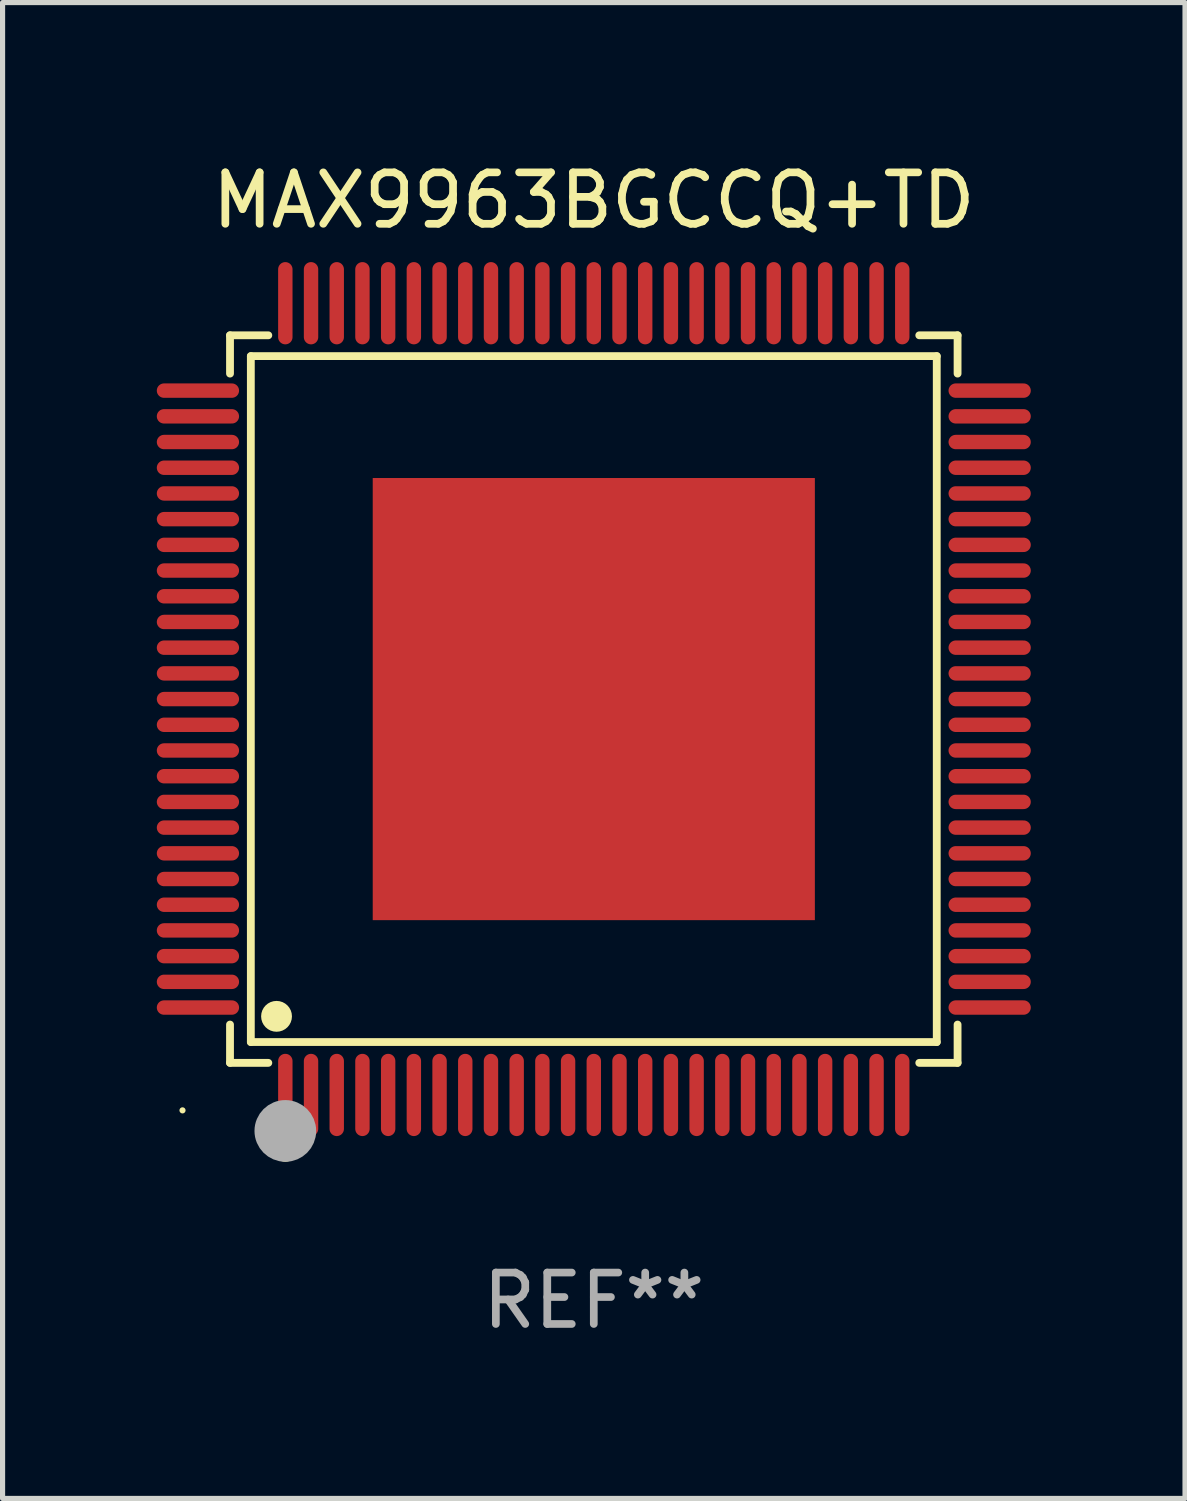
<source format=kicad_pcb>
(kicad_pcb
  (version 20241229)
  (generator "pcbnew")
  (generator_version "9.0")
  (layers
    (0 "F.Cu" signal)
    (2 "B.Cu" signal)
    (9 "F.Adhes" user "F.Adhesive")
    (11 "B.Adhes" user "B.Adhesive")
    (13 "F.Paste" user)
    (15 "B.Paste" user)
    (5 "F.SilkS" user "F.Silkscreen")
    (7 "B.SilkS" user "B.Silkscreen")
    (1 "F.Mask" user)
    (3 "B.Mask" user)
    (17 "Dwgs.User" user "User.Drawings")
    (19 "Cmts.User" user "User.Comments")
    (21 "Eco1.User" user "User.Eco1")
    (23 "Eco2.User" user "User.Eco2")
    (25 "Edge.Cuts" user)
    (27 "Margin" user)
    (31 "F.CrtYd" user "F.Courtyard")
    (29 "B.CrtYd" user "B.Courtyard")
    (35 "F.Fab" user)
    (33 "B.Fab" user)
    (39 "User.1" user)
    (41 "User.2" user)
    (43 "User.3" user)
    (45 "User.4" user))
  (footprint "MAX9963BGCCQ+TD"
    (layer "F.Cu")
    (at 8.5 10.548)
    (property "Reference" "MAX9963BGCCQ+TD" (at 0 -9.7 0) (layer "F.SilkS") (effects (font (size 1 1) (thickness 0.15))))
    (attr through_hole)
    (fp_line (start -7.076 -7.076) (end -6.331 -7.076) (stroke (width 0.152) (type solid)) (layer "F.SilkS"))
    (fp_line (start -7.076 -6.331) (end -7.076 -7.076) (stroke (width 0.152) (type solid)) (layer "F.SilkS"))
    (fp_line (start -7.076 6.331) (end -7.076 7.076) (stroke (width 0.152) (type solid)) (layer "F.SilkS"))
    (fp_line (start -7.076 7.076) (end -6.331 7.076) (stroke (width 0.152) (type solid)) (layer "F.SilkS"))
    (fp_line (start -6.671 -6.671) (end 6.671 -6.671) (stroke (width 0.152) (type solid)) (layer "F.SilkS"))
    (fp_line (start -6.671 6.671) (end -6.671 -6.671) (stroke (width 0.152) (type solid)) (layer "F.SilkS"))
    (fp_line (start 6.671 -6.671) (end 6.671 6.671) (stroke (width 0.152) (type solid)) (layer "F.SilkS"))
    (fp_line (start 6.671 6.671) (end -6.671 6.671) (stroke (width 0.152) (type solid)) (layer "F.SilkS"))
    (fp_line (start 7.076 -7.076) (end 6.331 -7.076) (stroke (width 0.152) (type solid)) (layer "F.SilkS"))
    (fp_line (start 7.076 -6.331) (end 7.076 -7.076) (stroke (width 0.152) (type solid)) (layer "F.SilkS"))
    (fp_line (start 7.076 6.331) (end 7.076 7.076) (stroke (width 0.152) (type solid)) (layer "F.SilkS"))
    (fp_line (start 7.076 7.076) (end 6.331 7.076) (stroke (width 0.152) (type solid)) (layer "F.SilkS"))
    (fp_circle (center -8 8) (end -7.97 8) (stroke (width 0.06) (type solid)) (fill no) (layer "F.SilkS"))
    (fp_circle (center -6.171 6.171) (end -6.021 6.171) (stroke (width 0.3) (type solid)) (fill no) (layer "F.SilkS"))
    (fp_circle (center -6 8.8) (end -5.9 8.8) (stroke (width 0.2) (type solid)) (fill no) (layer "F.SilkS"))
    (fp_circle (center -6 8.4) (end -5.7 8.4) (stroke (width 0.6) (type solid)) (fill no) (layer "F.Fab"))
    (fp_text user "REF**" (at 0 11.7 0) (layer "F.Fab") (effects (font (size 1 1) (thickness 0.15))))
    (pad "1" smd oval (at -6 7.7) (size 0.28 1.6) (layers "F.Cu" "F.Mask" "F.Paste"))
    (pad "2" smd oval (at -5.5 7.7) (size 0.28 1.6) (layers "F.Cu" "F.Mask" "F.Paste"))
    (pad "3" smd oval (at -5 7.7) (size 0.28 1.6) (layers "F.Cu" "F.Mask" "F.Paste"))
    (pad "4" smd oval (at -4.5 7.7) (size 0.28 1.6) (layers "F.Cu" "F.Mask" "F.Paste"))
    (pad "5" smd oval (at -4 7.7) (size 0.28 1.6) (layers "F.Cu" "F.Mask" "F.Paste"))
    (pad "6" smd oval (at -3.5 7.7) (size 0.28 1.6) (layers "F.Cu" "F.Mask" "F.Paste"))
    (pad "7" smd oval (at -3 7.7) (size 0.28 1.6) (layers "F.Cu" "F.Mask" "F.Paste"))
    (pad "8" smd oval (at -2.5 7.7) (size 0.28 1.6) (layers "F.Cu" "F.Mask" "F.Paste"))
    (pad "9" smd oval (at -2 7.7) (size 0.28 1.6) (layers "F.Cu" "F.Mask" "F.Paste"))
    (pad "10" smd oval (at -1.5 7.7) (size 0.28 1.6) (layers "F.Cu" "F.Mask" "F.Paste"))
    (pad "11" smd oval (at -1 7.7) (size 0.28 1.6) (layers "F.Cu" "F.Mask" "F.Paste"))
    (pad "12" smd oval (at -0.5 7.7) (size 0.28 1.6) (layers "F.Cu" "F.Mask" "F.Paste"))
    (pad "13" smd oval (at 0 7.7) (size 0.28 1.6) (layers "F.Cu" "F.Mask" "F.Paste"))
    (pad "14" smd oval (at 0.5 7.7) (size 0.28 1.6) (layers "F.Cu" "F.Mask" "F.Paste"))
    (pad "15" smd oval (at 1 7.7) (size 0.28 1.6) (layers "F.Cu" "F.Mask" "F.Paste"))
    (pad "16" smd oval (at 1.5 7.7) (size 0.28 1.6) (layers "F.Cu" "F.Mask" "F.Paste"))
    (pad "17" smd oval (at 2 7.7) (size 0.28 1.6) (layers "F.Cu" "F.Mask" "F.Paste"))
    (pad "18" smd oval (at 2.5 7.7) (size 0.28 1.6) (layers "F.Cu" "F.Mask" "F.Paste"))
    (pad "19" smd oval (at 3 7.7) (size 0.28 1.6) (layers "F.Cu" "F.Mask" "F.Paste"))
    (pad "20" smd oval (at 3.5 7.7) (size 0.28 1.6) (layers "F.Cu" "F.Mask" "F.Paste"))
    (pad "21" smd oval (at 4 7.7) (size 0.28 1.6) (layers "F.Cu" "F.Mask" "F.Paste"))
    (pad "22" smd oval (at 4.5 7.7) (size 0.28 1.6) (layers "F.Cu" "F.Mask" "F.Paste"))
    (pad "23" smd oval (at 5 7.7) (size 0.28 1.6) (layers "F.Cu" "F.Mask" "F.Paste"))
    (pad "24" smd oval (at 5.5 7.7) (size 0.28 1.6) (layers "F.Cu" "F.Mask" "F.Paste"))
    (pad "25" smd oval (at 6 7.7) (size 0.28 1.6) (layers "F.Cu" "F.Mask" "F.Paste"))
    (pad "26" smd oval (at 7.7 6) (size 1.6 0.28) (layers "F.Cu" "F.Mask" "F.Paste"))
    (pad "27" smd oval (at 7.7 5.5) (size 1.6 0.28) (layers "F.Cu" "F.Mask" "F.Paste"))
    (pad "28" smd oval (at 7.7 5) (size 1.6 0.28) (layers "F.Cu" "F.Mask" "F.Paste"))
    (pad "29" smd oval (at 7.7 4.5) (size 1.6 0.28) (layers "F.Cu" "F.Mask" "F.Paste"))
    (pad "30" smd oval (at 7.7 4) (size 1.6 0.28) (layers "F.Cu" "F.Mask" "F.Paste"))
    (pad "31" smd oval (at 7.7 3.5) (size 1.6 0.28) (layers "F.Cu" "F.Mask" "F.Paste"))
    (pad "32" smd oval (at 7.7 3) (size 1.6 0.28) (layers "F.Cu" "F.Mask" "F.Paste"))
    (pad "33" smd oval (at 7.7 2.5) (size 1.6 0.28) (layers "F.Cu" "F.Mask" "F.Paste"))
    (pad "34" smd oval (at 7.7 2) (size 1.6 0.28) (layers "F.Cu" "F.Mask" "F.Paste"))
    (pad "35" smd oval (at 7.7 1.5) (size 1.6 0.28) (layers "F.Cu" "F.Mask" "F.Paste"))
    (pad "36" smd oval (at 7.7 1) (size 1.6 0.28) (layers "F.Cu" "F.Mask" "F.Paste"))
    (pad "37" smd oval (at 7.7 0.5) (size 1.6 0.28) (layers "F.Cu" "F.Mask" "F.Paste"))
    (pad "38" smd oval (at 7.7 0) (size 1.6 0.28) (layers "F.Cu" "F.Mask" "F.Paste"))
    (pad "39" smd oval (at 7.7 -0.5) (size 1.6 0.28) (layers "F.Cu" "F.Mask" "F.Paste"))
    (pad "40" smd oval (at 7.7 -1) (size 1.6 0.28) (layers "F.Cu" "F.Mask" "F.Paste"))
    (pad "41" smd oval (at 7.7 -1.5) (size 1.6 0.28) (layers "F.Cu" "F.Mask" "F.Paste"))
    (pad "42" smd oval (at 7.7 -2) (size 1.6 0.28) (layers "F.Cu" "F.Mask" "F.Paste"))
    (pad "43" smd oval (at 7.7 -2.5) (size 1.6 0.28) (layers "F.Cu" "F.Mask" "F.Paste"))
    (pad "44" smd oval (at 7.7 -3) (size 1.6 0.28) (layers "F.Cu" "F.Mask" "F.Paste"))
    (pad "45" smd oval (at 7.7 -3.5) (size 1.6 0.28) (layers "F.Cu" "F.Mask" "F.Paste"))
    (pad "46" smd oval (at 7.7 -4) (size 1.6 0.28) (layers "F.Cu" "F.Mask" "F.Paste"))
    (pad "47" smd oval (at 7.7 -4.5) (size 1.6 0.28) (layers "F.Cu" "F.Mask" "F.Paste"))
    (pad "48" smd oval (at 7.7 -5) (size 1.6 0.28) (layers "F.Cu" "F.Mask" "F.Paste"))
    (pad "49" smd oval (at 7.7 -5.5) (size 1.6 0.28) (layers "F.Cu" "F.Mask" "F.Paste"))
    (pad "50" smd oval (at 7.7 -6) (size 1.6 0.28) (layers "F.Cu" "F.Mask" "F.Paste"))
    (pad "51" smd oval (at 6 -7.7) (size 0.28 1.6) (layers "F.Cu" "F.Mask" "F.Paste"))
    (pad "52" smd oval (at 5.5 -7.7) (size 0.28 1.6) (layers "F.Cu" "F.Mask" "F.Paste"))
    (pad "53" smd oval (at 5 -7.7) (size 0.28 1.6) (layers "F.Cu" "F.Mask" "F.Paste"))
    (pad "54" smd oval (at 4.5 -7.7) (size 0.28 1.6) (layers "F.Cu" "F.Mask" "F.Paste"))
    (pad "55" smd oval (at 4 -7.7) (size 0.28 1.6) (layers "F.Cu" "F.Mask" "F.Paste"))
    (pad "56" smd oval (at 3.5 -7.7) (size 0.28 1.6) (layers "F.Cu" "F.Mask" "F.Paste"))
    (pad "57" smd oval (at 3 -7.7) (size 0.28 1.6) (layers "F.Cu" "F.Mask" "F.Paste"))
    (pad "58" smd oval (at 2.5 -7.7) (size 0.28 1.6) (layers "F.Cu" "F.Mask" "F.Paste"))
    (pad "59" smd oval (at 2 -7.7) (size 0.28 1.6) (layers "F.Cu" "F.Mask" "F.Paste"))
    (pad "60" smd oval (at 1.5 -7.7) (size 0.28 1.6) (layers "F.Cu" "F.Mask" "F.Paste"))
    (pad "61" smd oval (at 1 -7.7) (size 0.28 1.6) (layers "F.Cu" "F.Mask" "F.Paste"))
    (pad "62" smd oval (at 0.5 -7.7) (size 0.28 1.6) (layers "F.Cu" "F.Mask" "F.Paste"))
    (pad "63" smd oval (at 0 -7.7) (size 0.28 1.6) (layers "F.Cu" "F.Mask" "F.Paste"))
    (pad "64" smd oval (at -0.5 -7.7) (size 0.28 1.6) (layers "F.Cu" "F.Mask" "F.Paste"))
    (pad "65" smd oval (at -1 -7.7) (size 0.28 1.6) (layers "F.Cu" "F.Mask" "F.Paste"))
    (pad "66" smd oval (at -1.5 -7.7) (size 0.28 1.6) (layers "F.Cu" "F.Mask" "F.Paste"))
    (pad "67" smd oval (at -2 -7.7) (size 0.28 1.6) (layers "F.Cu" "F.Mask" "F.Paste"))
    (pad "68" smd oval (at -2.5 -7.7) (size 0.28 1.6) (layers "F.Cu" "F.Mask" "F.Paste"))
    (pad "69" smd oval (at -3 -7.7) (size 0.28 1.6) (layers "F.Cu" "F.Mask" "F.Paste"))
    (pad "70" smd oval (at -3.5 -7.7) (size 0.28 1.6) (layers "F.Cu" "F.Mask" "F.Paste"))
    (pad "71" smd oval (at -4 -7.7) (size 0.28 1.6) (layers "F.Cu" "F.Mask" "F.Paste"))
    (pad "72" smd oval (at -4.5 -7.7) (size 0.28 1.6) (layers "F.Cu" "F.Mask" "F.Paste"))
    (pad "73" smd oval (at -5 -7.7) (size 0.28 1.6) (layers "F.Cu" "F.Mask" "F.Paste"))
    (pad "74" smd oval (at -5.5 -7.7) (size 0.28 1.6) (layers "F.Cu" "F.Mask" "F.Paste"))
    (pad "75" smd oval (at -6 -7.7) (size 0.28 1.6) (layers "F.Cu" "F.Mask" "F.Paste"))
    (pad "76" smd oval (at -7.7 -6) (size 1.6 0.28) (layers "F.Cu" "F.Mask" "F.Paste"))
    (pad "77" smd oval (at -7.7 -5.5) (size 1.6 0.28) (layers "F.Cu" "F.Mask" "F.Paste"))
    (pad "78" smd oval (at -7.7 -5) (size 1.6 0.28) (layers "F.Cu" "F.Mask" "F.Paste"))
    (pad "79" smd oval (at -7.7 -4.5) (size 1.6 0.28) (layers "F.Cu" "F.Mask" "F.Paste"))
    (pad "80" smd oval (at -7.7 -4) (size 1.6 0.28) (layers "F.Cu" "F.Mask" "F.Paste"))
    (pad "81" smd oval (at -7.7 -3.5) (size 1.6 0.28) (layers "F.Cu" "F.Mask" "F.Paste"))
    (pad "82" smd oval (at -7.7 -3) (size 1.6 0.28) (layers "F.Cu" "F.Mask" "F.Paste"))
    (pad "83" smd oval (at -7.7 -2.5) (size 1.6 0.28) (layers "F.Cu" "F.Mask" "F.Paste"))
    (pad "84" smd oval (at -7.7 -2) (size 1.6 0.28) (layers "F.Cu" "F.Mask" "F.Paste"))
    (pad "85" smd oval (at -7.7 -1.5) (size 1.6 0.28) (layers "F.Cu" "F.Mask" "F.Paste"))
    (pad "86" smd oval (at -7.7 -1) (size 1.6 0.28) (layers "F.Cu" "F.Mask" "F.Paste"))
    (pad "87" smd oval (at -7.7 -0.5) (size 1.6 0.28) (layers "F.Cu" "F.Mask" "F.Paste"))
    (pad "88" smd oval (at -7.7 0) (size 1.6 0.28) (layers "F.Cu" "F.Mask" "F.Paste"))
    (pad "89" smd oval (at -7.7 0.5) (size 1.6 0.28) (layers "F.Cu" "F.Mask" "F.Paste"))
    (pad "90" smd oval (at -7.7 1) (size 1.6 0.28) (layers "F.Cu" "F.Mask" "F.Paste"))
    (pad "91" smd oval (at -7.7 1.5) (size 1.6 0.28) (layers "F.Cu" "F.Mask" "F.Paste"))
    (pad "92" smd oval (at -7.7 2) (size 1.6 0.28) (layers "F.Cu" "F.Mask" "F.Paste"))
    (pad "93" smd oval (at -7.7 2.5) (size 1.6 0.28) (layers "F.Cu" "F.Mask" "F.Paste"))
    (pad "94" smd oval (at -7.7 3) (size 1.6 0.28) (layers "F.Cu" "F.Mask" "F.Paste"))
    (pad "95" smd oval (at -7.7 3.5) (size 1.6 0.28) (layers "F.Cu" "F.Mask" "F.Paste"))
    (pad "96" smd oval (at -7.7 4) (size 1.6 0.28) (layers "F.Cu" "F.Mask" "F.Paste"))
    (pad "97" smd oval (at -7.7 4.5) (size 1.6 0.28) (layers "F.Cu" "F.Mask" "F.Paste"))
    (pad "98" smd oval (at -7.7 5) (size 1.6 0.28) (layers "F.Cu" "F.Mask" "F.Paste"))
    (pad "99" smd oval (at -7.7 5.5) (size 1.6 0.28) (layers "F.Cu" "F.Mask" "F.Paste"))
    (pad "100" smd oval (at -7.7 6) (size 1.6 0.28) (layers "F.Cu" "F.Mask" "F.Paste"))
    (pad "101" smd rect (at 0 0) (size 8.6 8.6) (layers "F.Cu" "F.Mask" "F.Paste")))
  (gr_rect
    (start -3 -3)
    (end 20 26.097)
    (stroke (width 0.1) (type default))
    (fill no)
    (layer "Edge.Cuts")))
</source>
